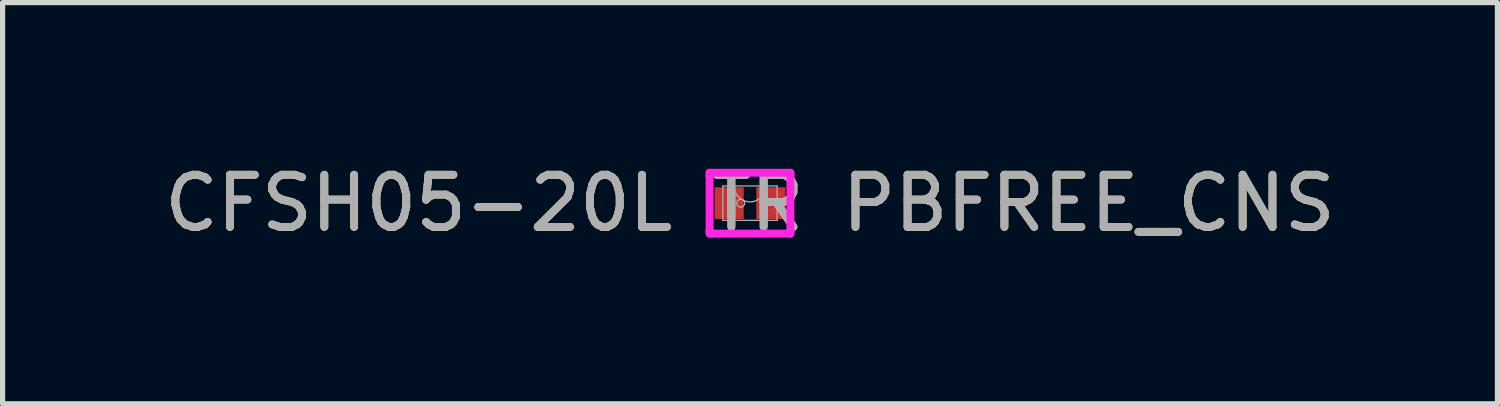
<source format=kicad_pcb>
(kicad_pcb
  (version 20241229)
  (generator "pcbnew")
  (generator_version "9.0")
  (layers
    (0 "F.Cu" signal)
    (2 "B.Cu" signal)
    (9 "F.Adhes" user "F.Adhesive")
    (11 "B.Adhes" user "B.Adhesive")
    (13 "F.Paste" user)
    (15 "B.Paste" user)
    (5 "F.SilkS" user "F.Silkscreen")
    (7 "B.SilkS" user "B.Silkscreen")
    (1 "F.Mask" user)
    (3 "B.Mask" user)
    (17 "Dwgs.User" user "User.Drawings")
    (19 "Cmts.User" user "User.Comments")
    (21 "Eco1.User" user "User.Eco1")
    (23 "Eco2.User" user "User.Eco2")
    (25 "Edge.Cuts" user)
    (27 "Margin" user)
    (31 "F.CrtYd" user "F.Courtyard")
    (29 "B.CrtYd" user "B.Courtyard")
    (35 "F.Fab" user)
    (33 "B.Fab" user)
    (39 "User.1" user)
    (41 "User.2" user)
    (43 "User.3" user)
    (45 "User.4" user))
  (footprint "CFSH05-20L TR PBFREE_CNS"
    (layer "F.Cu")
    (at 11.339 0.848)
    (property "Reference" "CFSH05-20L TR PBFREE_CNS" (at 0 0 0) (unlocked yes) (layer "F.SilkS") (effects (font (size 1 1) (thickness 0.15))))
    (attr smd)
    (fp_line (start -0.775 -0.584) (end 0.775 -0.584) (stroke (width 0.152) (type solid)) (layer "F.CrtYd"))
    (fp_line (start -0.775 -0.533) (end -0.775 -0.584) (stroke (width 0.152) (type solid)) (layer "F.CrtYd"))
    (fp_line (start -0.775 -0.533) (end -0.775 -0.533) (stroke (width 0.152) (type solid)) (layer "F.CrtYd"))
    (fp_line (start -0.775 0.533) (end -0.775 -0.533) (stroke (width 0.152) (type solid)) (layer "F.CrtYd"))
    (fp_line (start -0.775 0.533) (end -0.775 0.533) (stroke (width 0.152) (type solid)) (layer "F.CrtYd"))
    (fp_line (start -0.775 0.584) (end -0.775 0.533) (stroke (width 0.152) (type solid)) (layer "F.CrtYd"))
    (fp_line (start 0.775 -0.584) (end 0.775 -0.533) (stroke (width 0.152) (type solid)) (layer "F.CrtYd"))
    (fp_line (start 0.775 -0.533) (end 0.775 -0.533) (stroke (width 0.152) (type solid)) (layer "F.CrtYd"))
    (fp_line (start 0.775 -0.533) (end 0.775 0.533) (stroke (width 0.152) (type solid)) (layer "F.CrtYd"))
    (fp_line (start 0.775 0.533) (end 0.775 0.533) (stroke (width 0.152) (type solid)) (layer "F.CrtYd"))
    (fp_line (start 0.775 0.533) (end 0.775 0.584) (stroke (width 0.152) (type solid)) (layer "F.CrtYd"))
    (fp_line (start 0.775 0.584) (end -0.775 0.584) (stroke (width 0.152) (type solid)) (layer "F.CrtYd"))
    (fp_line (start -0.521 -0.33) (end -0.521 0.33) (stroke (width 0.025) (type solid)) (layer "F.Fab"))
    (fp_line (start -0.521 0.33) (end 0.521 0.33) (stroke (width 0.025) (type solid)) (layer "F.Fab"))
    (fp_line (start 0.521 -0.33) (end -0.521 -0.33) (stroke (width 0.025) (type solid)) (layer "F.Fab"))
    (fp_line (start 0.521 0.33) (end 0.521 -0.33) (stroke (width 0.025) (type solid)) (layer "F.Fab"))
    (fp_arc (start 0.3048 -0.3302) (mid 0 -0.0254) (end -0.3048 -0.3302) (stroke (width 0.0254) (type solid)) (layer "F.Fab"))
    (fp_circle (center -0.178 0) (end -0.102 0) (stroke (width 0.025) (type solid)) (fill no) (layer "F.Fab"))
    (fp_text user "${REFERENCE}" (at 0 0 0) (unlocked yes) (layer "F.Fab") (effects (font (size 1 1) (thickness 0.15))))
    (pad "1" smd rect (at -0.4 0) (size 0.559 0.61) (layers "F.Cu" "F.Mask" "F.Paste"))
    (pad "2" smd rect (at 0.4 0) (size 0.559 0.61) (layers "F.Cu" "F.Mask" "F.Paste")))
  (gr_rect
    (start -3 -3)
    (end 25.679 4.697)
    (stroke (width 0.1) (type default))
    (fill no)
    (layer "Edge.Cuts")))
</source>
